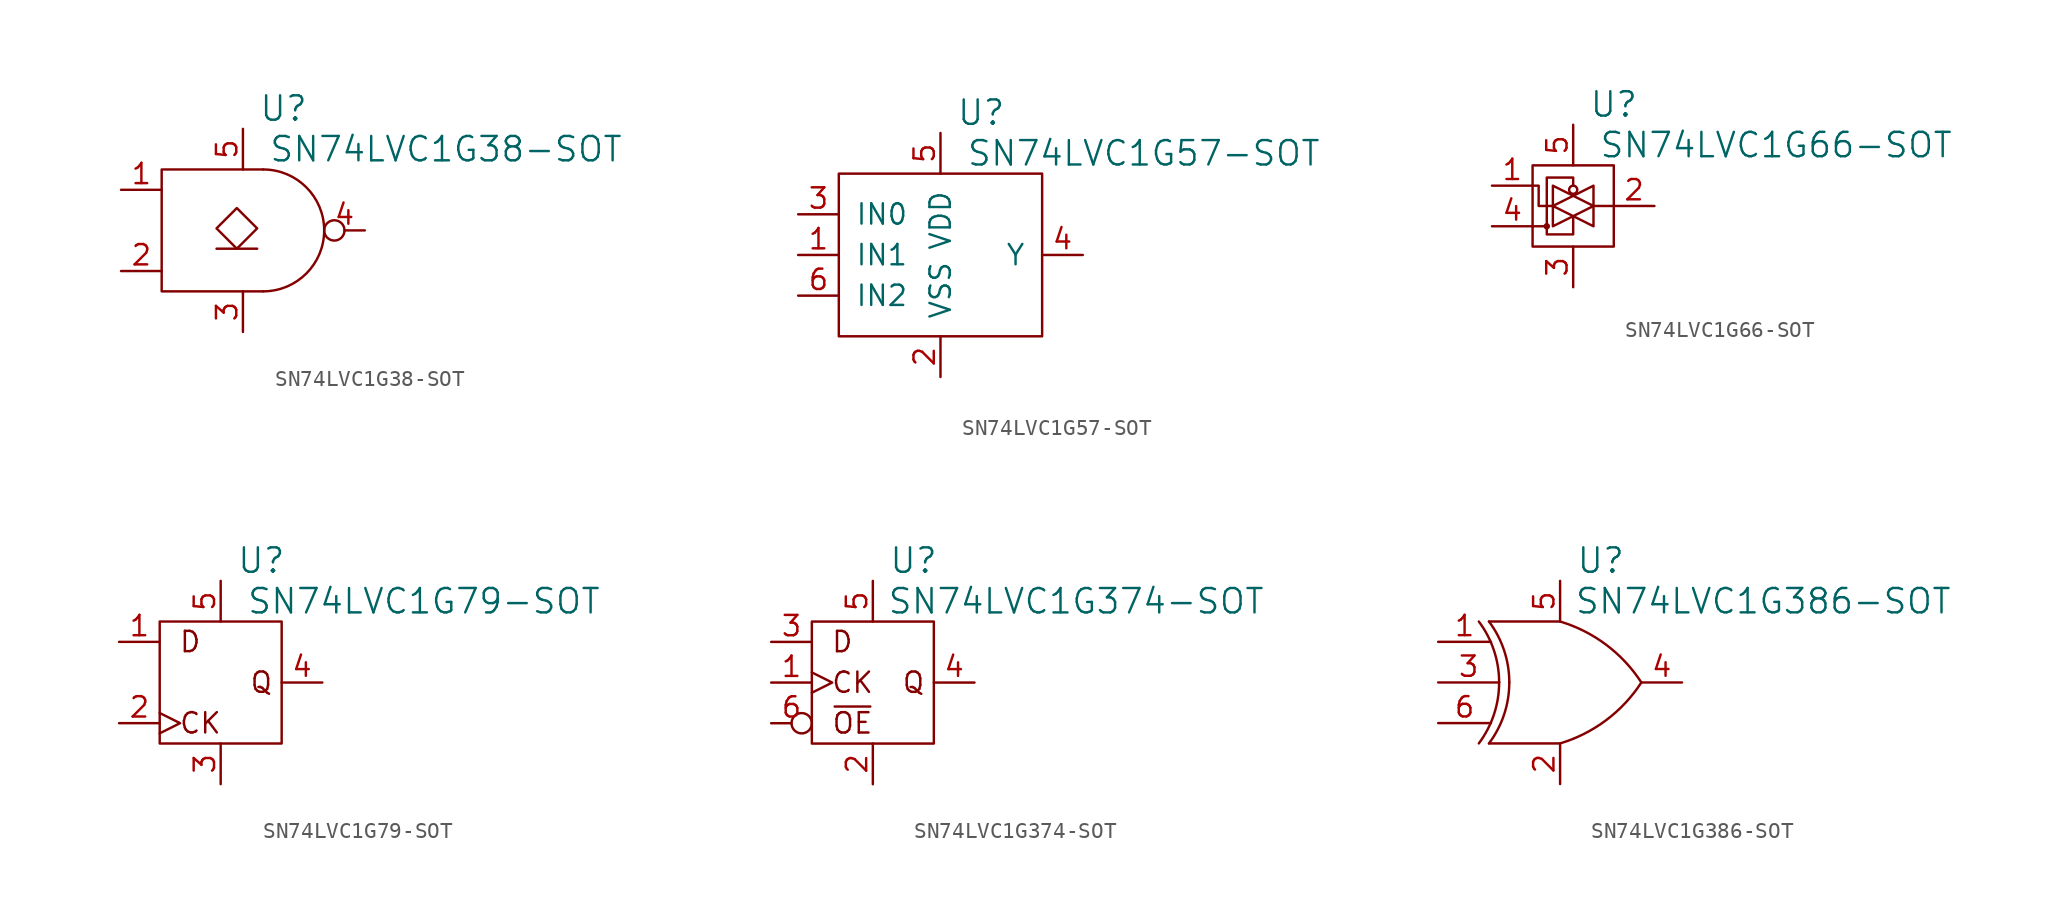
<source format=kicad_sym>
(kicad_symbol_lib
  (version 20220914)
  (generator kicad_symbol_editor)
  (symbol "SN74LVC1G38-SOT"
    (pin_names
      (offset 1.016) hide)
    (property "Reference" "U"
      (at 2.54 7.62 0)
      (effects (font (size 1.524 1.524))))
    (property "Value" "SN74LVC1G38-SOT"
      (at 12.7 5.08 0)
      (effects (font (size 1.524 1.524))))
    (property "Footprint" ""
      (at 0 0 0)
      (effects (font (size 1.524 1.524))))
    (property "Datasheet" ""
      (at 0 0 0)
      (effects (font (size 1.524 1.524))))
    (symbol "SN74LVC1G38-SOT_0_1"
      (polyline (pts (xy 1.27 3.81) (xy -5.08 3.81) (xy -5.08 -3.81) (xy 1.27 -3.81) (xy 1.27 -3.81)) (stroke (width 0) (type solid)) (fill (type none)))
      (arc (start 1.27 -3.81) (mid 5.0634 0) (end 1.27 3.81) (stroke (width 0) (type solid)) (fill (type none))))
    (symbol "SN74LVC1G38-SOT_1_1"
      (polyline (pts (xy -1.651 -1.143) (xy 0.889 -1.143)) (stroke (width 0) (type solid)) (fill (type none)))
      (polyline (pts (xy -1.651 0.127) (xy -0.381 1.397) (xy 0.889 0.127) (xy -0.381 -1.143) (xy -1.651 0.127)) (stroke (width 0) (type solid)) (fill (type none)))
      (pin passive line (at -7.62 2.54 0) (length 2.54) (name "A" (effects (font (size 1.27 1.27)))) (number "1" (effects (font (size 1.27 1.27)))))
      (pin passive line (at -7.62 -2.54 0) (length 2.54) (name "B" (effects (font (size 1.27 1.27)))) (number "2" (effects (font (size 1.27 1.27)))))
      (pin passive line (at 0 -6.35 90) (length 2.54) (name "VSS" (effects (font (size 1.27 1.27)))) (number "3" (effects (font (size 1.27 1.27)))))
      (pin passive inverted (at 7.62 0 180) (length 2.54) (name "Y" (effects (font (size 1.27 1.27)))) (number "4" (effects (font (size 1.27 1.27)))))
      (pin passive line (at 0 6.35 270) (length 2.54) (name "VDD" (effects (font (size 1.27 1.27)))) (number "5" (effects (font (size 1.27 1.27)))))))
  (symbol "SN74LVC1G57-SOT"
    (pin_names
      (offset 1.016))
    (property "Reference" "U"
      (at 2.54 8.89 0)
      (effects (font (size 1.524 1.524))))
    (property "Value" "SN74LVC1G57-SOT"
      (at 12.7 6.35 0)
      (effects (font (size 1.524 1.524))))
    (property "Footprint" ""
      (at 0 0 0)
      (effects (font (size 1.524 1.524))))
    (property "Datasheet" ""
      (at 0 0 0)
      (effects (font (size 1.524 1.524))))
    (symbol "SN74LVC1G57-SOT_0_1"
      (rectangle (start 6.35 -5.08) (end -6.35 5.08) (stroke (width 0) (type solid)) (fill (type none))))
    (symbol "SN74LVC1G57-SOT_1_1"
      (pin passive line (at -8.89 0 0) (length 2.54) (name "IN1" (effects (font (size 1.27 1.27)))) (number "1" (effects (font (size 1.27 1.27)))))
      (pin passive line (at 0 -7.62 90) (length 2.54) (name "VSS" (effects (font (size 1.27 1.27)))) (number "2" (effects (font (size 1.27 1.27)))))
      (pin passive line (at -8.89 2.54 0) (length 2.54) (name "IN0" (effects (font (size 1.27 1.27)))) (number "3" (effects (font (size 1.27 1.27)))))
      (pin passive line (at 8.89 0 180) (length 2.54) (name "Y" (effects (font (size 1.27 1.27)))) (number "4" (effects (font (size 1.27 1.27)))))
      (pin passive line (at 0 7.62 270) (length 2.54) (name "VDD" (effects (font (size 1.27 1.27)))) (number "5" (effects (font (size 1.27 1.27)))))
      (pin passive line (at -8.89 -2.54 0) (length 2.54) (name "IN2" (effects (font (size 1.27 1.27)))) (number "6" (effects (font (size 1.27 1.27)))))))
  (symbol "SN74LVC1G66-SOT"
    (pin_names
      (offset 1.016) hide)
    (property "Reference" "U"
      (at 2.54 6.35 0)
      (effects (font (size 1.524 1.524))))
    (property "Value" "SN74LVC1G66-SOT"
      (at 12.7 3.81 0)
      (effects (font (size 1.524 1.524))))
    (property "Footprint" ""
      (at -0.762 0 0)
      (effects (font (size 1.524 1.524))))
    (property "Datasheet" ""
      (at 0 0 0)
      (effects (font (size 1.524 1.524))))
    (symbol "SN74LVC1G66-SOT_0_0"
      (circle (center -1.651 -1.27) (radius 0.127) (stroke (width 0) (type solid)) (fill (type none)))
      (polyline (pts (xy 2.54 0) (xy 1.27 0)) (stroke (width 0) (type solid)) (fill (type none)))
      (polyline (pts (xy -1.651 -1.27) (xy -1.651 1.778) (xy 0 1.778) (xy 0 1.27)) (stroke (width 0) (type solid)) (fill (type none)))
      (polyline (pts (xy -1.27 0) (xy -2.159 0) (xy -2.159 1.27) (xy -2.54 1.27)) (stroke (width 0) (type solid)) (fill (type none)))
      (polyline (pts (xy -1.27 1.27) (xy -1.27 -1.27) (xy 1.27 0) (xy -1.27 1.27)) (stroke (width 0) (type solid)) (fill (type none)))
      (polyline (pts (xy 1.27 -1.27) (xy 1.27 1.27) (xy -1.27 0) (xy 1.27 -1.27)) (stroke (width 0) (type solid)) (fill (type none)))
      (polyline (pts (xy -2.54 -1.27) (xy -1.651 -1.27) (xy -1.651 -1.778) (xy 0 -1.778) (xy 0 -0.635)) (stroke (width 0) (type solid)) (fill (type none)))
      (circle (center 0 1.016) (radius 0.254) (stroke (width 0) (type solid)) (fill (type none)))
      (rectangle (start 2.54 2.54) (end -2.54 -2.54) (stroke (width 0) (type solid)) (fill (type none))))
    (symbol "SN74LVC1G66-SOT_1_1"
      (pin passive line (at -5.08 1.27 0) (length 2.54) (name "A" (effects (font (size 1.27 1.27)))) (number "1" (effects (font (size 1.27 1.27)))))
      (pin passive line (at 5.08 0 180) (length 2.54) (name "B" (effects (font (size 1.27 1.27)))) (number "2" (effects (font (size 1.27 1.27)))))
      (pin passive line (at 0 -5.08 90) (length 2.54) (name "VSS" (effects (font (size 1.27 1.27)))) (number "3" (effects (font (size 1.27 1.27)))))
      (pin passive line (at -5.08 -1.27 0) (length 2.54) (name "C" (effects (font (size 1.27 1.27)))) (number "4" (effects (font (size 1.27 1.27)))))
      (pin passive line (at 0 5.08 270) (length 2.54) (name "VDD" (effects (font (size 1.27 1.27)))) (number "5" (effects (font (size 1.27 1.27)))))))
  (symbol "SN74LVC1G79-SOT"
    (pin_names
      (offset 1.016) hide)
    (property "Reference" "U"
      (at 2.54 7.62 0)
      (effects (font (size 1.524 1.524))))
    (property "Value" "SN74LVC1G79-SOT"
      (at 12.7 5.08 0)
      (effects (font (size 1.524 1.524))))
    (property "Footprint" ""
      (at 0 0 0)
      (effects (font (size 1.524 1.524))))
    (property "Datasheet" ""
      (at 0 0 0)
      (effects (font (size 1.524 1.524))))
    (symbol "SN74LVC1G79-SOT_0_0"
      (text "CK" (at -1.27 -2.54 0) (effects (font (size 1.27 1.27))))
      (text "D" (at -1.905 2.54 0) (effects (font (size 1.27 1.27))))
      (text "Q" (at 2.54 0 0) (effects (font (size 1.27 1.27)))))
    (symbol "SN74LVC1G79-SOT_0_1"
      (rectangle (start -3.81 3.81) (end 3.81 -3.81) (stroke (width 0) (type solid)) (fill (type none))))
    (symbol "SN74LVC1G79-SOT_1_1"
      (pin passive line (at -6.35 2.54 0) (length 2.54) (name "D" (effects (font (size 1.27 1.27)))) (number "1" (effects (font (size 1.27 1.27)))))
      (pin passive clock (at -6.35 -2.54 0) (length 2.54) (name "CLK" (effects (font (size 1.27 1.27)))) (number "2" (effects (font (size 1.27 1.27)))))
      (pin passive line (at 0 -6.35 90) (length 2.54) (name "VSS" (effects (font (size 1.27 1.27)))) (number "3" (effects (font (size 1.27 1.27)))))
      (pin passive line (at 6.35 0 180) (length 2.54) (name "Q" (effects (font (size 1.27 1.27)))) (number "4" (effects (font (size 1.27 1.27)))))
      (pin passive line (at 0 6.35 270) (length 2.54) (name "VDD" (effects (font (size 1.27 1.27)))) (number "5" (effects (font (size 1.27 1.27)))))))
  (symbol "SN74LVC1G374-SOT"
    (pin_names
      (offset 1.016) hide)
    (property "Reference" "U"
      (at 2.54 7.62 0)
      (effects (font (size 1.524 1.524))))
    (property "Value" "SN74LVC1G374-SOT"
      (at 12.7 5.08 0)
      (effects (font (size 1.524 1.524))))
    (property "Footprint" ""
      (at 0 0 0)
      (effects (font (size 1.524 1.524))))
    (property "Datasheet" ""
      (at 0 0 0)
      (effects (font (size 1.524 1.524))))
    (symbol "SN74LVC1G374-SOT_0_0"
      (text "CK" (at -1.27 0 0) (effects (font (size 1.27 1.27))))
      (text "D" (at -1.905 2.54 0) (effects (font (size 1.27 1.27))))
      (text "Q" (at 2.54 0 0) (effects (font (size 1.27 1.27))))
      (text "~{OE}" (at -1.27 -2.54 0) (effects (font (size 1.27 1.27)))))
    (symbol "SN74LVC1G374-SOT_0_1"
      (rectangle (start -3.81 3.81) (end 3.81 -3.81) (stroke (width 0) (type solid)) (fill (type none))))
    (symbol "SN74LVC1G374-SOT_1_1"
      (pin passive clock (at -6.35 0 0) (length 2.54) (name "CLK" (effects (font (size 1.27 1.27)))) (number "1" (effects (font (size 1.27 1.27)))))
      (pin passive line (at 0 -6.35 90) (length 2.54) (name "VSS" (effects (font (size 1.27 1.27)))) (number "2" (effects (font (size 1.27 1.27)))))
      (pin passive line (at -6.35 2.54 0) (length 2.54) (name "D" (effects (font (size 1.27 1.27)))) (number "3" (effects (font (size 1.27 1.27)))))
      (pin passive line (at 6.35 0 180) (length 2.54) (name "Q" (effects (font (size 1.27 1.27)))) (number "4" (effects (font (size 1.27 1.27)))))
      (pin passive line (at 0 6.35 270) (length 2.54) (name "VDD" (effects (font (size 1.27 1.27)))) (number "5" (effects (font (size 1.27 1.27)))))
      (pin passive inverted (at -6.35 -2.54 0) (length 2.54) (name "~{OE}" (effects (font (size 1.27 1.27)))) (number "6" (effects (font (size 1.27 1.27)))))))
  (symbol "SN74LVC1G386-SOT"
    (pin_names
      (offset 1.016) hide)
    (property "Reference" "U"
      (at 2.54 7.62 0)
      (effects (font (size 1.524 1.524))))
    (property "Value" "SN74LVC1G386-SOT"
      (at 12.7 5.08 0)
      (effects (font (size 1.524 1.524))))
    (property "Footprint" ""
      (at 0 0 0)
      (effects (font (size 1.524 1.524))))
    (property "Datasheet" ""
      (at 0 0 0)
      (effects (font (size 1.524 1.524))))
    (symbol "SN74LVC1G386-SOT_0_1"
      (arc (start -5.08 -3.81) (mid -4.1359 -2.008) (end -3.81 0) (stroke (width 0) (type solid)) (fill (type none)))
      (arc (start -4.445 -3.81) (mid -3.5009 -2.008) (end -3.175 0) (stroke (width 0) (type solid)) (fill (type none)))
      (arc (start -3.81 0) (mid -4.1359 2.008) (end -5.08 3.81) (stroke (width 0) (type solid)) (fill (type none)))
      (arc (start -3.175 0) (mid -3.5009 2.008) (end -4.445 3.81) (stroke (width 0) (type solid)) (fill (type none)))
      (arc (start 0 -3.81) (mid 2.8791 -2.3571) (end 5.08 0) (stroke (width 0) (type solid)) (fill (type none)))
      (polyline (pts (xy 0 3.81) (xy -4.445 3.81)) (stroke (width 0) (type solid)) (fill (type none)))
      (polyline (pts (xy -4.445 -3.81) (xy 0 -3.81) (xy 0 -3.81)) (stroke (width 0) (type solid)) (fill (type none)))
      (arc (start 5.08 0) (mid 2.8791 2.3571) (end 0 3.81) (stroke (width 0) (type solid)) (fill (type none))))
    (symbol "SN74LVC1G386-SOT_1_1"
      (pin passive line (at -7.62 2.54 0) (length 3.302) (name "A" (effects (font (size 1.27 1.27)))) (number "1" (effects (font (size 1.27 1.27)))))
      (pin passive line (at 0 -6.35 90) (length 2.54) (name "VSS" (effects (font (size 1.27 1.27)))) (number "2" (effects (font (size 1.27 1.27)))))
      (pin passive line (at -7.62 0 0) (length 3.81) (name "B" (effects (font (size 1.27 1.27)))) (number "3" (effects (font (size 1.27 1.27)))))
      (pin passive line (at 7.62 0 180) (length 2.54) (name "Y" (effects (font (size 1.27 1.27)))) (number "4" (effects (font (size 1.27 1.27)))))
      (pin passive line (at 0 6.35 270) (length 2.54) (name "VDD" (effects (font (size 1.27 1.27)))) (number "5" (effects (font (size 1.27 1.27)))))
      (pin passive line (at -7.62 -2.54 0) (length 3.302) (name "C" (effects (font (size 1.27 1.27)))) (number "6" (effects (font (size 1.27 1.27))))))))
</source>
